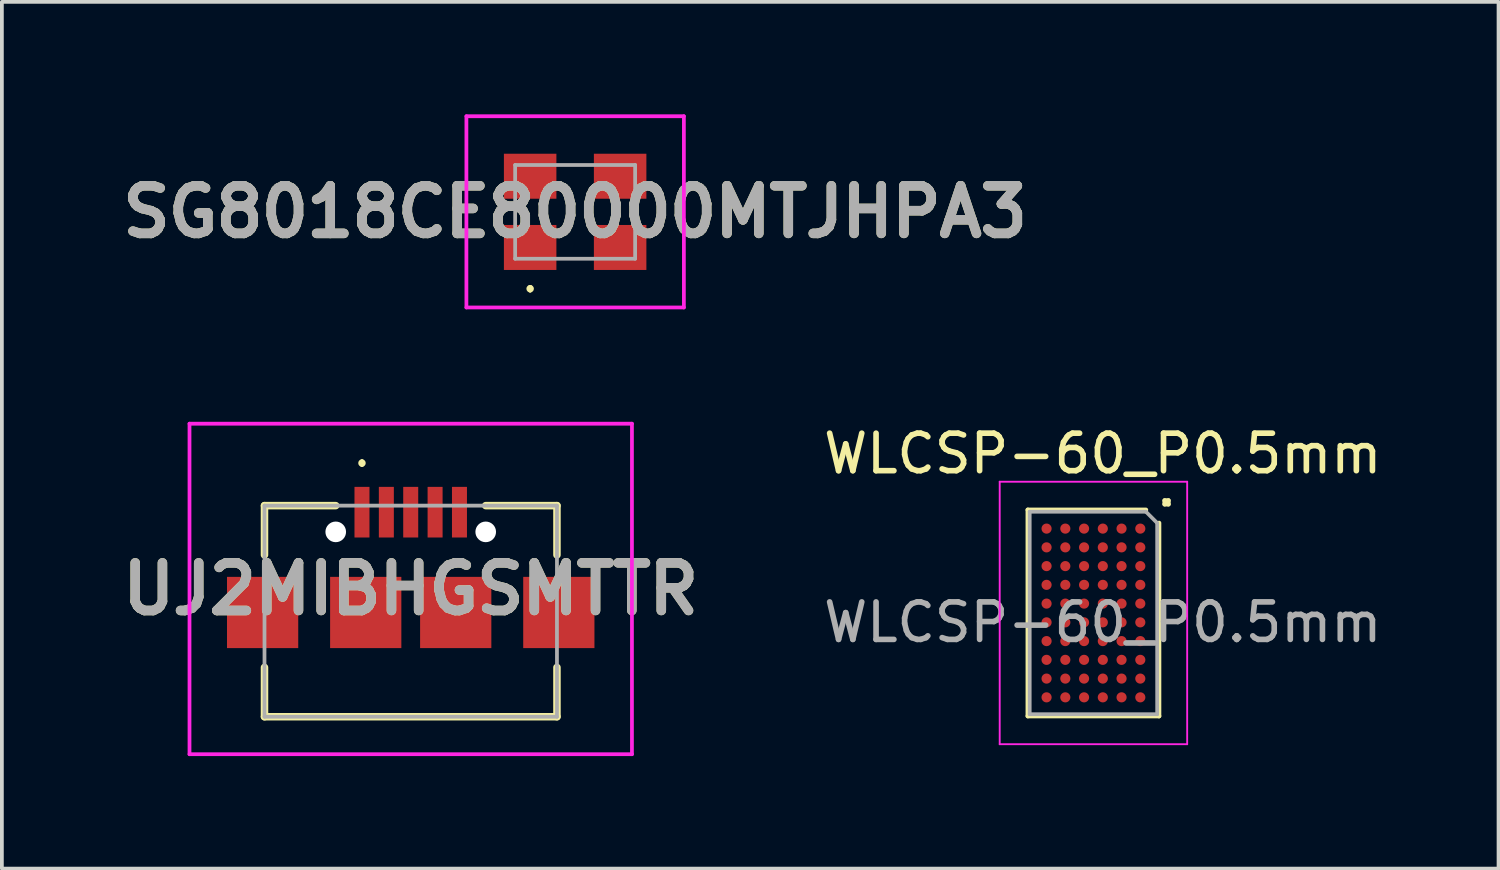
<source format=kicad_pcb>
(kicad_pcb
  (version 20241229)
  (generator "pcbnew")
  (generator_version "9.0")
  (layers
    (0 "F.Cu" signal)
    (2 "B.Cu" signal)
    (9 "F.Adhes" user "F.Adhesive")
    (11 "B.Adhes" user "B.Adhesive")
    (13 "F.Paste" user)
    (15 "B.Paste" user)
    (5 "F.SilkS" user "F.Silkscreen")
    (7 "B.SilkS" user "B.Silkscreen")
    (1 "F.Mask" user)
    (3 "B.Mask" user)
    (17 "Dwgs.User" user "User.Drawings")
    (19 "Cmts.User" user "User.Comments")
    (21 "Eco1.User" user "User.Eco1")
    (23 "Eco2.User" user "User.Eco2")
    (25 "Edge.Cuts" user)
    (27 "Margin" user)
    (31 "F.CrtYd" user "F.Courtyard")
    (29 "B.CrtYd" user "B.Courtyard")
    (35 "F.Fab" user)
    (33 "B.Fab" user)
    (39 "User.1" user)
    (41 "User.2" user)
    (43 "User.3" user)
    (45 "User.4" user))
  (footprint "UJ2MIBHGSMTTR"
    (layer "F.Cu")
    (at 7.904 13.25)
    (property "Reference" "UJ2MIBHGSMTTR" (at 0 -0.593 0) (layer "F.SilkS") (effects (font (size 1.27 1.27) (thickness 0.254))))
    (attr through_hole)
    (fp_line (start -3.9 -2.815) (end -2 -2.815) (stroke (width 0.2) (type solid)) (layer "F.SilkS"))
    (fp_line (start -3.9 -1.5) (end -3.9 -2.815) (stroke (width 0.2) (type solid)) (layer "F.SilkS"))
    (fp_line (start -3.9 1.5) (end -3.9 2.815) (stroke (width 0.2) (type solid)) (layer "F.SilkS"))
    (fp_line (start -3.9 2.815) (end 3.9 2.815) (stroke (width 0.2) (type solid)) (layer "F.SilkS"))
    (fp_line (start -1.3 -4) (end -1.3 -4) (stroke (width 0.1) (type solid)) (layer "F.SilkS"))
    (fp_line (start -1.3 -3.9) (end -1.3 -3.9) (stroke (width 0.1) (type solid)) (layer "F.SilkS"))
    (fp_line (start 2 -2.815) (end 3.9 -2.815) (stroke (width 0.2) (type solid)) (layer "F.SilkS"))
    (fp_line (start 3.9 -2.815) (end 3.9 -1.5) (stroke (width 0.2) (type solid)) (layer "F.SilkS"))
    (fp_line (start 3.9 2.815) (end 3.9 1.5) (stroke (width 0.2) (type solid)) (layer "F.SilkS"))
    (fp_arc (start -1.3 -4) (mid -1.25 -3.95) (end -1.3 -3.9) (stroke (width 0.1) (type solid)) (layer "F.SilkS"))
    (fp_arc (start -1.3 -3.9) (mid -1.35 -3.95) (end -1.3 -4) (stroke (width 0.1) (type solid)) (layer "F.SilkS"))
    (fp_line (start -5.9 -5) (end 5.9 -5) (stroke (width 0.1) (type solid)) (layer "F.CrtYd"))
    (fp_line (start -5.9 3.815) (end -5.9 -5) (stroke (width 0.1) (type solid)) (layer "F.CrtYd"))
    (fp_line (start 5.9 -5) (end 5.9 3.815) (stroke (width 0.1) (type solid)) (layer "F.CrtYd"))
    (fp_line (start 5.9 3.815) (end -5.9 3.815) (stroke (width 0.1) (type solid)) (layer "F.CrtYd"))
    (fp_line (start -3.9 -2.815) (end 3.9 -2.815) (stroke (width 0.1) (type solid)) (layer "F.Fab"))
    (fp_line (start -3.9 2.815) (end -3.9 -2.815) (stroke (width 0.1) (type solid)) (layer "F.Fab"))
    (fp_line (start 3.9 -2.815) (end 3.9 2.815) (stroke (width 0.1) (type solid)) (layer "F.Fab"))
    (fp_line (start 3.9 2.815) (end -3.9 2.815) (stroke (width 0.1) (type solid)) (layer "F.Fab"))
    (fp_text user "${REFERENCE}" (at 0 -0.593 0) (layer "F.Fab") (effects (font (size 1.27 1.27) (thickness 0.254))))
    (pad "" np_thru_hole circle (at -2 -2.115) (size 0.55 0.55) (drill 0.55) (layers "*.Cu" "*.Mask"))
    (pad "" np_thru_hole circle (at 2 -2.115) (size 0.55 0.55) (drill 0.55) (layers "*.Cu" "*.Mask"))
    (pad "1" smd rect (at -1.3 -2.64) (size 0.4 1.35) (layers "F.Cu" "F.Mask" "F.Paste"))
    (pad "2" smd rect (at -0.65 -2.64) (size 0.4 1.35) (layers "F.Cu" "F.Mask" "F.Paste"))
    (pad "3" smd rect (at 0 -2.64) (size 0.4 1.35) (layers "F.Cu" "F.Mask" "F.Paste"))
    (pad "4" smd rect (at 0.65 -2.64) (size 0.4 1.35) (layers "F.Cu" "F.Mask" "F.Paste"))
    (pad "5" smd rect (at 1.3 -2.64) (size 0.4 1.35) (layers "F.Cu" "F.Mask" "F.Paste"))
    (pad "6" smd rect (at -3.95 0.035) (size 1.9 1.9) (layers "F.Cu" "F.Mask" "F.Paste"))
    (pad "6" smd rect (at -1.2 0.035) (size 1.9 1.9) (layers "F.Cu" "F.Mask" "F.Paste"))
    (pad "6" smd rect (at 1.2 0.035) (size 1.9 1.9) (layers "F.Cu" "F.Mask" "F.Paste"))
    (pad "6" smd rect (at 3.95 0.035) (size 1.9 1.9) (layers "F.Cu" "F.Mask" "F.Paste")))
  (footprint "WLCSP-60_P0.5mm"
    (layer "F.Cu")
    (at 26.112 13.298)
    (property "Reference" "WLCSP-60_P0.5mm" (at 0.25 -4.25 0) (layer "F.SilkS") (effects (font (size 1 1) (thickness 0.15))))
    (attr smd)
    (fp_line (start -1.75 -2.75) (end -1.75 2.75) (stroke (width 0.12) (type solid)) (layer "F.SilkS"))
    (fp_line (start -1.75 2.75) (end 1.75 2.75) (stroke (width 0.12) (type solid)) (layer "F.SilkS"))
    (fp_line (start 1.4 -2.75) (end -1.75 -2.75) (stroke (width 0.12) (type solid)) (layer "F.SilkS"))
    (fp_line (start 1.75 2.75) (end 1.75 -2.4) (stroke (width 0.12) (type solid)) (layer "F.SilkS"))
    (fp_line (start 1.9 -3) (end 1.9 -2.9) (stroke (width 0.12) (type solid)) (layer "F.SilkS"))
    (fp_line (start 1.9 -2.9) (end 2 -2.9) (stroke (width 0.12) (type solid)) (layer "F.SilkS"))
    (fp_line (start 2 -3) (end 1.9 -3) (stroke (width 0.12) (type solid)) (layer "F.SilkS"))
    (fp_line (start 2 -2.9) (end 2 -3) (stroke (width 0.12) (type solid)) (layer "F.SilkS"))
    (fp_line (start -2.5 -3.5) (end 2.5 -3.5) (stroke (width 0.05) (type solid)) (layer "F.CrtYd"))
    (fp_line (start -2.5 3.5) (end -2.5 -3.5) (stroke (width 0.05) (type solid)) (layer "F.CrtYd"))
    (fp_line (start 2.5 -3.5) (end 2.5 3.5) (stroke (width 0.05) (type solid)) (layer "F.CrtYd"))
    (fp_line (start 2.5 3.5) (end -2.5 3.5) (stroke (width 0.05) (type solid)) (layer "F.CrtYd"))
    (fp_line (start -1.7 -2.7) (end -1.7 2.7) (stroke (width 0.1) (type solid)) (layer "F.Fab"))
    (fp_line (start -1.7 2.7) (end 1.7 2.7) (stroke (width 0.1) (type solid)) (layer "F.Fab"))
    (fp_line (start 1.4 -2.7) (end -1.7 -2.7) (stroke (width 0.1) (type solid)) (layer "F.Fab"))
    (fp_line (start 1.7 -2.4) (end 1.4 -2.7) (stroke (width 0.1) (type solid)) (layer "F.Fab"))
    (fp_line (start 1.7 2.7) (end 1.7 -2.4) (stroke (width 0.1) (type solid)) (layer "F.Fab"))
    (fp_text user "${REFERENCE}" (at 0.25 0.25 0) (layer "F.Fab") (effects (font (size 1 1) (thickness 0.15))))
    (pad "A1" smd circle (at 1.25 -2.25) (size 0.27 0.27) (layers "F.Cu" "F.Mask" "F.Paste"))
    (pad "A2" smd circle (at 1.25 -1.75) (size 0.27 0.27) (layers "F.Cu" "F.Mask" "F.Paste"))
    (pad "A3" smd circle (at 1.25 -1.25) (size 0.27 0.27) (layers "F.Cu" "F.Mask" "F.Paste"))
    (pad "A4" smd circle (at 1.25 -0.75) (size 0.27 0.27) (layers "F.Cu" "F.Mask" "F.Paste"))
    (pad "A5" smd circle (at 1.25 -0.25) (size 0.27 0.27) (layers "F.Cu" "F.Mask" "F.Paste"))
    (pad "A6" smd circle (at 1.25 0.25) (size 0.27 0.27) (layers "F.Cu" "F.Mask" "F.Paste"))
    (pad "A7" smd circle (at 1.25 0.75) (size 0.27 0.27) (layers "F.Cu" "F.Mask" "F.Paste"))
    (pad "A8" smd circle (at 1.25 1.25) (size 0.27 0.27) (layers "F.Cu" "F.Mask" "F.Paste"))
    (pad "A9" smd circle (at 1.25 1.75) (size 0.27 0.27) (layers "F.Cu" "F.Mask" "F.Paste"))
    (pad "A10" smd circle (at 1.25 2.25) (size 0.27 0.27) (layers "F.Cu" "F.Mask" "F.Paste"))
    (pad "B1" smd circle (at 0.75 -2.25) (size 0.27 0.27) (layers "F.Cu" "F.Mask" "F.Paste"))
    (pad "B2" smd circle (at 0.75 -1.75) (size 0.27 0.27) (layers "F.Cu" "F.Mask" "F.Paste"))
    (pad "B3" smd circle (at 0.75 -1.25) (size 0.27 0.27) (layers "F.Cu" "F.Mask" "F.Paste"))
    (pad "B4" smd circle (at 0.75 -0.75) (size 0.27 0.27) (layers "F.Cu" "F.Mask" "F.Paste"))
    (pad "B5" smd circle (at 0.75 -0.25) (size 0.27 0.27) (layers "F.Cu" "F.Mask" "F.Paste"))
    (pad "B6" smd circle (at 0.75 0.25) (size 0.27 0.27) (layers "F.Cu" "F.Mask" "F.Paste"))
    (pad "B7" smd circle (at 0.75 0.75) (size 0.27 0.27) (layers "F.Cu" "F.Mask" "F.Paste"))
    (pad "B8" smd circle (at 0.75 1.25) (size 0.27 0.27) (layers "F.Cu" "F.Mask" "F.Paste"))
    (pad "B9" smd circle (at 0.75 1.75) (size 0.27 0.27) (layers "F.Cu" "F.Mask" "F.Paste"))
    (pad "B10" smd circle (at 0.75 2.25) (size 0.27 0.27) (layers "F.Cu" "F.Mask" "F.Paste"))
    (pad "C1" smd circle (at 0.25 -2.25) (size 0.27 0.27) (layers "F.Cu" "F.Mask" "F.Paste"))
    (pad "C2" smd circle (at 0.25 -1.75) (size 0.27 0.27) (layers "F.Cu" "F.Mask" "F.Paste"))
    (pad "C3" smd circle (at 0.25 -1.25) (size 0.27 0.27) (layers "F.Cu" "F.Mask" "F.Paste"))
    (pad "C4" smd circle (at 0.25 -0.75) (size 0.27 0.27) (layers "F.Cu" "F.Mask" "F.Paste"))
    (pad "C5" smd circle (at 0.25 -0.25) (size 0.27 0.27) (layers "F.Cu" "F.Mask" "F.Paste"))
    (pad "C6" smd circle (at 0.25 0.25) (size 0.27 0.27) (layers "F.Cu" "F.Mask" "F.Paste"))
    (pad "C7" smd circle (at 0.25 0.75) (size 0.27 0.27) (layers "F.Cu" "F.Mask" "F.Paste"))
    (pad "C8" smd circle (at 0.25 1.25) (size 0.27 0.27) (layers "F.Cu" "F.Mask" "F.Paste"))
    (pad "C9" smd circle (at 0.25 1.75) (size 0.27 0.27) (layers "F.Cu" "F.Mask" "F.Paste"))
    (pad "C10" smd circle (at 0.25 2.25) (size 0.27 0.27) (layers "F.Cu" "F.Mask" "F.Paste"))
    (pad "D1" smd circle (at -0.25 -2.25) (size 0.27 0.27) (layers "F.Cu" "F.Mask" "F.Paste"))
    (pad "D2" smd circle (at -0.25 -1.75) (size 0.27 0.27) (layers "F.Cu" "F.Mask" "F.Paste"))
    (pad "D3" smd circle (at -0.25 -1.25) (size 0.27 0.27) (layers "F.Cu" "F.Mask" "F.Paste"))
    (pad "D4" smd circle (at -0.25 -0.75) (size 0.27 0.27) (layers "F.Cu" "F.Mask" "F.Paste"))
    (pad "D5" smd circle (at -0.25 -0.25) (size 0.27 0.27) (layers "F.Cu" "F.Mask" "F.Paste"))
    (pad "D6" smd circle (at -0.25 0.25) (size 0.27 0.27) (layers "F.Cu" "F.Mask" "F.Paste"))
    (pad "D7" smd circle (at -0.25 0.75) (size 0.27 0.27) (layers "F.Cu" "F.Mask" "F.Paste"))
    (pad "D8" smd circle (at -0.25 1.25) (size 0.27 0.27) (layers "F.Cu" "F.Mask" "F.Paste"))
    (pad "D9" smd circle (at -0.25 1.75) (size 0.27 0.27) (layers "F.Cu" "F.Mask" "F.Paste"))
    (pad "D10" smd circle (at -0.25 2.25) (size 0.27 0.27) (layers "F.Cu" "F.Mask" "F.Paste"))
    (pad "E1" smd circle (at -0.75 -2.25) (size 0.27 0.27) (layers "F.Cu" "F.Mask" "F.Paste"))
    (pad "E2" smd circle (at -0.75 -1.75) (size 0.27 0.27) (layers "F.Cu" "F.Mask" "F.Paste"))
    (pad "E3" smd circle (at -0.75 -1.25) (size 0.27 0.27) (layers "F.Cu" "F.Mask" "F.Paste"))
    (pad "E4" smd circle (at -0.75 -0.75) (size 0.27 0.27) (layers "F.Cu" "F.Mask" "F.Paste"))
    (pad "E5" smd circle (at -0.75 -0.25) (size 0.27 0.27) (layers "F.Cu" "F.Mask" "F.Paste"))
    (pad "E6" smd circle (at -0.75 0.25) (size 0.27 0.27) (layers "F.Cu" "F.Mask" "F.Paste"))
    (pad "E7" smd circle (at -0.75 0.75) (size 0.27 0.27) (layers "F.Cu" "F.Mask" "F.Paste"))
    (pad "E8" smd circle (at -0.75 1.25) (size 0.27 0.27) (layers "F.Cu" "F.Mask" "F.Paste"))
    (pad "E9" smd circle (at -0.75 1.75) (size 0.27 0.27) (layers "F.Cu" "F.Mask" "F.Paste"))
    (pad "E10" smd circle (at -0.75 2.25) (size 0.27 0.27) (layers "F.Cu" "F.Mask" "F.Paste"))
    (pad "F1" smd circle (at -1.25 -2.25) (size 0.27 0.27) (layers "F.Cu" "F.Mask" "F.Paste"))
    (pad "F2" smd circle (at -1.25 -1.75) (size 0.27 0.27) (layers "F.Cu" "F.Mask" "F.Paste"))
    (pad "F3" smd circle (at -1.25 -1.25) (size 0.27 0.27) (layers "F.Cu" "F.Mask" "F.Paste"))
    (pad "F4" smd circle (at -1.25 -0.75) (size 0.27 0.27) (layers "F.Cu" "F.Mask" "F.Paste"))
    (pad "F5" smd circle (at -1.25 -0.25) (size 0.27 0.27) (layers "F.Cu" "F.Mask" "F.Paste"))
    (pad "F6" smd circle (at -1.25 0.25) (size 0.27 0.27) (layers "F.Cu" "F.Mask" "F.Paste"))
    (pad "F7" smd circle (at -1.25 0.75) (size 0.27 0.27) (layers "F.Cu" "F.Mask" "F.Paste"))
    (pad "F8" smd circle (at -1.25 1.25) (size 0.27 0.27) (layers "F.Cu" "F.Mask" "F.Paste"))
    (pad "F9" smd circle (at -1.25 1.75) (size 0.27 0.27) (layers "F.Cu" "F.Mask" "F.Paste"))
    (pad "F10" smd circle (at -1.25 2.25) (size 0.27 0.27) (layers "F.Cu" "F.Mask" "F.Paste")))
  (footprint "SG8018CE80000MTJHPA3"
    (layer "F.Cu")
    (at 12.289 2.6)
    (property "Reference" "SG8018CE80000MTJHPA3" (at 0 0 0) (layer "F.SilkS") (effects (font (size 1.27 1.27) (thickness 0.254))))
    (attr smd)
    (fp_line (start -1.2 2) (end -1.2 2) (stroke (width 0.1) (type solid)) (layer "F.SilkS"))
    (fp_line (start -1.2 2.1) (end -1.2 2.1) (stroke (width 0.1) (type solid)) (layer "F.SilkS"))
    (fp_arc (start -1.2 2) (mid -1.15 2.05) (end -1.2 2.1) (stroke (width 0.1) (type solid)) (layer "F.SilkS"))
    (fp_arc (start -1.2 2.1) (mid -1.25 2.05) (end -1.2 2) (stroke (width 0.1) (type solid)) (layer "F.SilkS"))
    (fp_line (start -2.9 -2.55) (end 2.9 -2.55) (stroke (width 0.1) (type solid)) (layer "F.CrtYd"))
    (fp_line (start -2.9 2.55) (end -2.9 -2.55) (stroke (width 0.1) (type solid)) (layer "F.CrtYd"))
    (fp_line (start 2.9 -2.55) (end 2.9 2.55) (stroke (width 0.1) (type solid)) (layer "F.CrtYd"))
    (fp_line (start 2.9 2.55) (end -2.9 2.55) (stroke (width 0.1) (type solid)) (layer "F.CrtYd"))
    (fp_line (start -1.6 -1.25) (end 1.6 -1.25) (stroke (width 0.1) (type solid)) (layer "F.Fab"))
    (fp_line (start -1.6 1.25) (end -1.6 -1.25) (stroke (width 0.1) (type solid)) (layer "F.Fab"))
    (fp_line (start 1.6 -1.25) (end 1.6 1.25) (stroke (width 0.1) (type solid)) (layer "F.Fab"))
    (fp_line (start 1.6 1.25) (end -1.6 1.25) (stroke (width 0.1) (type solid)) (layer "F.Fab"))
    (fp_text user "${REFERENCE}" (at 0 0 0) (layer "F.Fab") (effects (font (size 1.27 1.27) (thickness 0.254))))
    (pad "1" smd rect (at -1.2 0.95 90) (size 1.2 1.4) (layers "F.Cu" "F.Mask" "F.Paste"))
    (pad "2" smd rect (at 1.2 0.95 90) (size 1.2 1.4) (layers "F.Cu" "F.Mask" "F.Paste"))
    (pad "3" smd rect (at 1.2 -0.95 90) (size 1.2 1.4) (layers "F.Cu" "F.Mask" "F.Paste"))
    (pad "4" smd rect (at -1.2 -0.95 90) (size 1.2 1.4) (layers "F.Cu" "F.Mask" "F.Paste")))
  (gr_rect
    (start -3 -3)
    (end 36.916 20.115)
    (stroke (width 0.1) (type default))
    (fill no)
    (layer "Edge.Cuts")))
</source>
